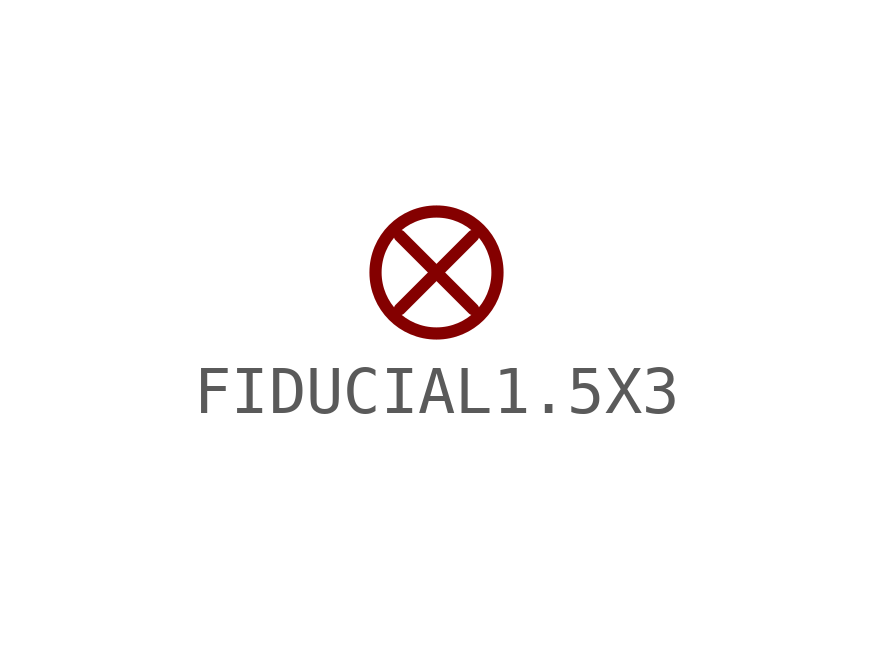
<source format=kicad_sym>
(kicad_symbol_lib
  (version 20220914)
  (generator kicad_symbol_editor)
  (symbol "FIDUCIAL1.5X3"
    (property "Reference" "JP"
      (at 0 0 0)
      (effects (font (size 1.27 1.27)) hide))
    (property "ki_locked" ""
      (at 0 0 0)
      (effects (font (size 1.27 1.27))))
    (symbol "FIDUCIAL1.5X3_1_0"
      (polyline (pts (xy -0.762 0.762) (xy 0.762 -0.762)) (stroke (width 0.254) (type solid)) (fill (type none)))
      (polyline (pts (xy 0.762 0.762) (xy -0.762 -0.762)) (stroke (width 0.254) (type solid)) (fill (type none)))
      (circle (center 0 0) (radius 1.27) (stroke (width 0.254) (type solid)) (fill (type none))))))
</source>
